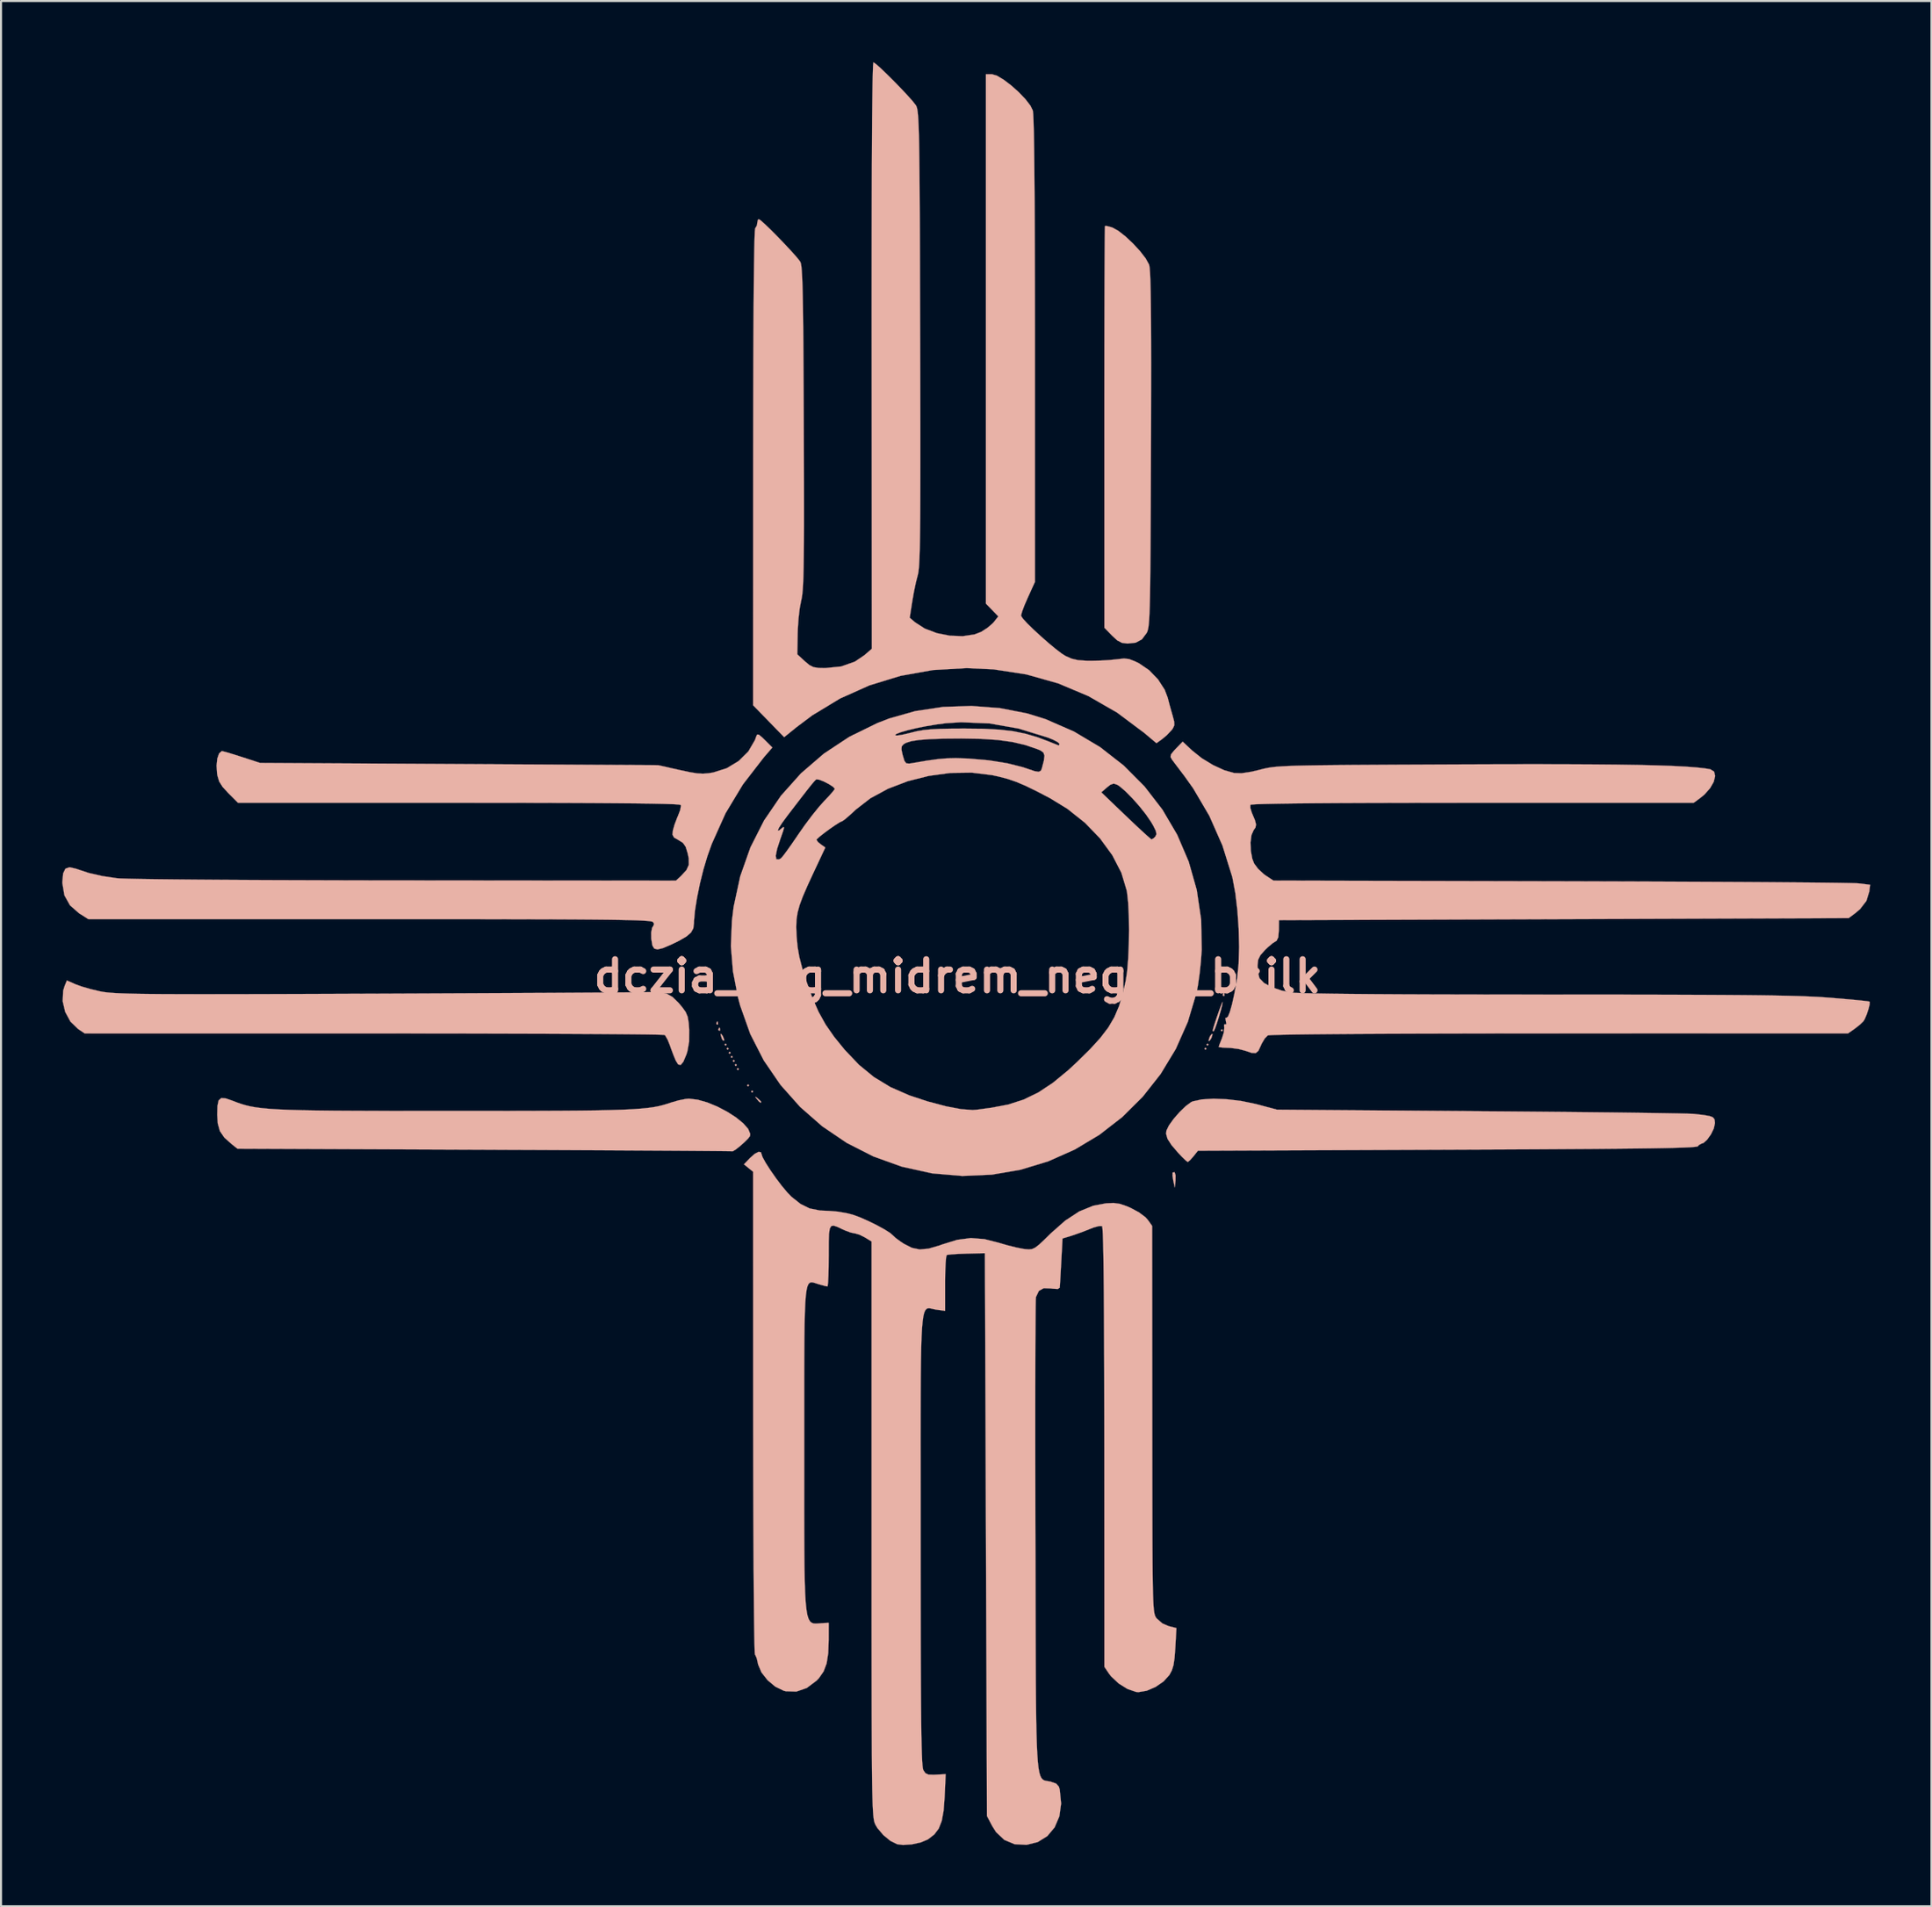
<source format=kicad_pcb>
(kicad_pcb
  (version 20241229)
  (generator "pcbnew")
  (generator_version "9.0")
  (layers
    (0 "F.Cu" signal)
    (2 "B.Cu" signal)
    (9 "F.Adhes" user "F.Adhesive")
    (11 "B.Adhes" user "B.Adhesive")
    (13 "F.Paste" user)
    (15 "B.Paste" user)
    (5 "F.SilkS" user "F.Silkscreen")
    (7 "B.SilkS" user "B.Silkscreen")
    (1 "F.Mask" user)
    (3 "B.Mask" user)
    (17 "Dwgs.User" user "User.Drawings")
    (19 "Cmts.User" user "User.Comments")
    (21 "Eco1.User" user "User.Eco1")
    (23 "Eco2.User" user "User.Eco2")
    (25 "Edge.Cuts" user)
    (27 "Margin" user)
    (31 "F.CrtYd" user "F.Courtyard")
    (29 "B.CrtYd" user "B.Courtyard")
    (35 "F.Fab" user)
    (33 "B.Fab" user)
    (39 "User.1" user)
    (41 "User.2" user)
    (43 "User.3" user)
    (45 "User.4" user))
  (footprint "dczia_png_midrem_neg94_bsilk"
    (layer "F.Cu")
    (at 43.834 44.789)
    (property "Reference" "dczia_png_midrem_neg94_bsilk" (at 0 0 0) (layer "B.SilkS") (effects (font (size 1.524 1.524) (thickness 0.3))))
    (attr through_hole)
    (fp_poly (pts (xy -11.3 3.35) (xy -11.35 3.4) (xy -11.4 3.35) (xy -11.35 3.3) (xy -11.3 3.35)) (stroke (width 0.01) (type solid)) (fill yes) (layer "B.SilkS"))
    (fp_poly (pts (xy -11.2 3.55) (xy -11.25 3.6) (xy -11.3 3.55) (xy -11.25 3.5) (xy -11.2 3.55)) (stroke (width 0.01) (type solid)) (fill yes) (layer "B.SilkS"))
    (fp_poly (pts (xy -11.1 3.75) (xy -11.15 3.8) (xy -11.2 3.75) (xy -11.15 3.7) (xy -11.1 3.75)) (stroke (width 0.01) (type solid)) (fill yes) (layer "B.SilkS"))
    (fp_poly (pts (xy -11 3.95) (xy -11.05 4) (xy -11.1 3.95) (xy -11.05 3.9) (xy -11 3.95)) (stroke (width 0.01) (type solid)) (fill yes) (layer "B.SilkS"))
    (fp_poly (pts (xy -10.9 4.15) (xy -10.95 4.2) (xy -11 4.15) (xy -10.95 4.1) (xy -10.9 4.15)) (stroke (width 0.01) (type solid)) (fill yes) (layer "B.SilkS"))
    (fp_poly (pts (xy -10.8 4.35) (xy -10.85 4.4) (xy -10.9 4.35) (xy -10.85 4.3) (xy -10.8 4.35)) (stroke (width 0.01) (type solid)) (fill yes) (layer "B.SilkS"))
    (fp_poly (pts (xy -10.7 4.55) (xy -10.75 4.6) (xy -10.8 4.55) (xy -10.75 4.5) (xy -10.7 4.55)) (stroke (width 0.01) (type solid)) (fill yes) (layer "B.SilkS"))
    (fp_poly (pts (xy -10.2 5.35) (xy -10.25 5.4) (xy -10.3 5.35) (xy -10.25 5.3) (xy -10.2 5.35)) (stroke (width 0.01) (type solid)) (fill yes) (layer "B.SilkS"))
    (fp_poly (pts (xy -10 5.65) (xy -10.05 5.7) (xy -10.1 5.65) (xy -10.05 5.6) (xy -10 5.65)) (stroke (width 0.01) (type solid)) (fill yes) (layer "B.SilkS"))
    (fp_poly (pts (xy 12.2 3.55) (xy 12.15 3.6) (xy 12.1 3.55) (xy 12.15 3.5) (xy 12.2 3.55)) (stroke (width 0.01) (type solid)) (fill yes) (layer "B.SilkS"))
    (fp_poly (pts (xy 12.3 3.35) (xy 12.25 3.4) (xy 12.2 3.35) (xy 12.25 3.3) (xy 12.3 3.35)) (stroke (width 0.01) (type solid)) (fill yes) (layer "B.SilkS"))
    (fp_poly (pts (xy 13 2.65) (xy 12.95 2.7) (xy 12.9 2.65) (xy 12.95 2.6) (xy 13 2.65)) (stroke (width 0.01) (type solid)) (fill yes) (layer "B.SilkS"))
    (fp_poly (pts (xy -11.733 2.233) (xy -11.721 2.352) (xy -11.733 2.367) (xy -11.793 2.353) (xy -11.8 2.3) (xy -11.763 2.218) (xy -11.733 2.233)) (stroke (width 0.01) (type solid)) (fill yes) (layer "B.SilkS"))
    (fp_poly (pts (xy -11.633 2.533) (xy -11.621 2.652) (xy -11.633 2.667) (xy -11.693 2.653) (xy -11.7 2.6) (xy -11.663 2.518) (xy -11.633 2.533)) (stroke (width 0.01) (type solid)) (fill yes) (layer "B.SilkS"))
    (fp_poly (pts (xy 13.067 0.833) (xy 13.079 0.952) (xy 13.067 0.967) (xy 13.007 0.953) (xy 13 0.9) (xy 13.037 0.818) (xy 13.067 0.833)) (stroke (width 0.01) (type solid)) (fill yes) (layer "B.SilkS"))
    (fp_poly (pts (xy -11.488 2.933) (xy -11.422 3.098) (xy -11.428 3.162) (xy -11.497 3.126) (xy -11.538 3.046) (xy -11.594 2.856) (xy -11.571 2.818) (xy -11.488 2.933)) (stroke (width 0.01) (type solid)) (fill yes) (layer "B.SilkS"))
    (fp_poly (pts (xy -9.847 5.931) (xy -9.775 5.987) (xy -9.62 6.133) (xy -9.62 6.198) (xy -9.638 6.2) (xy -9.721 6.132) (xy -9.813 6.025) (xy -9.899 5.907) (xy -9.847 5.931)) (stroke (width 0.01) (type solid)) (fill yes) (layer "B.SilkS"))
    (fp_poly (pts (xy 10.686 9.755) (xy 10.682 10.015) (xy 10.65 10.35) (xy 10.574 10.009) (xy 10.537 9.768) (xy 10.544 9.625) (xy 10.549 9.617) (xy 10.639 9.604) (xy 10.686 9.755)) (stroke (width 0.01) (type solid)) (fill yes) (layer "B.SilkS"))
    (fp_poly (pts (xy 12.497 2.85) (xy 12.447 3.014) (xy 12.4 3.1) (xy 12.321 3.18) (xy 12.303 3.15) (xy 12.353 2.986) (xy 12.4 2.9) (xy 12.479 2.82) (xy 12.497 2.85)) (stroke (width 0.01) (type solid)) (fill yes) (layer "B.SilkS"))
    (fp_poly (pts (xy 12.969 1.413) (xy 12.903 1.674) (xy 12.81 1.99) (xy 12.71 2.303) (xy 12.62 2.556) (xy 12.557 2.691) (xy 12.546 2.7) (xy 12.502 2.675) (xy 12.534 2.544) (xy 12.608 2.304) (xy 12.708 2.006) (xy 12.814 1.702) (xy 12.908 1.445) (xy 12.973 1.287) (xy 12.992 1.264) (xy 12.969 1.413)) (stroke (width 0.01) (type solid)) (fill yes) (layer "B.SilkS"))
    (fp_poly (pts (xy 7.34 -36.76) (xy 7.557 -36.7) (xy 7.592 -36.688) (xy 7.881 -36.529) (xy 8.233 -36.253) (xy 8.604 -35.905) (xy 8.949 -35.529) (xy 9.224 -35.172) (xy 9.385 -34.878) (xy 9.395 -34.847) (xy 9.417 -34.712) (xy 9.436 -34.463) (xy 9.452 -34.09) (xy 9.465 -33.585) (xy 9.475 -32.939) (xy 9.482 -32.145) (xy 9.487 -31.192) (xy 9.489 -30.073) (xy 9.488 -28.78) (xy 9.485 -27.302) (xy 9.481 -25.8) (xy 9.475 -24.28) (xy 9.47 -22.947) (xy 9.464 -21.788) (xy 9.458 -20.791) (xy 9.45 -19.942) (xy 9.442 -19.23) (xy 9.433 -18.641) (xy 9.422 -18.162) (xy 9.408 -17.78) (xy 9.393 -17.483) (xy 9.375 -17.259) (xy 9.354 -17.093) (xy 9.329 -16.973) (xy 9.302 -16.887) (xy 9.274 -16.828) (xy 9.038 -16.51) (xy 8.734 -16.346) (xy 8.332 -16.303) (xy 8.06 -16.338) (xy 7.827 -16.461) (xy 7.576 -16.692) (xy 7.202 -17.078) (xy 7.199 -26.904) (xy 7.199 -28.288) (xy 7.2 -29.615) (xy 7.201 -30.871) (xy 7.203 -32.042) (xy 7.205 -33.115) (xy 7.208 -34.077) (xy 7.212 -34.914) (xy 7.216 -35.612) (xy 7.22 -36.157) (xy 7.225 -36.537) (xy 7.229 -36.737) (xy 7.232 -36.765) (xy 7.34 -36.76)) (stroke (width 0.01) (type solid)) (fill yes) (layer "B.SilkS"))
    (fp_poly (pts (xy 13.212 6.029) (xy 13.911 6.114) (xy 14.591 6.255) (xy 14.65 6.27) (xy 15.65 6.538) (xy 25.6 6.614) (xy 27.006 6.625) (xy 28.364 6.637) (xy 29.659 6.649) (xy 30.877 6.662) (xy 32.003 6.674) (xy 33.024 6.687) (xy 33.924 6.7) (xy 34.69 6.712) (xy 35.306 6.723) (xy 35.758 6.734) (xy 36.033 6.743) (xy 36.1 6.748) (xy 36.554 6.801) (xy 36.844 6.852) (xy 37.008 6.918) (xy 37.081 7.017) (xy 37.1 7.163) (xy 37.1 7.209) (xy 37.044 7.461) (xy 36.905 7.747) (xy 36.722 8.005) (xy 36.538 8.17) (xy 36.446 8.2) (xy 36.299 8.28) (xy 36.275 8.325) (xy 36.231 8.344) (xy 36.106 8.362) (xy 35.891 8.379) (xy 35.579 8.394) (xy 35.159 8.407) (xy 34.623 8.42) (xy 33.963 8.432) (xy 33.169 8.442) (xy 32.233 8.452) (xy 31.146 8.462) (xy 29.899 8.47) (xy 28.483 8.479) (xy 26.89 8.487) (xy 25.111 8.495) (xy 24.007 8.5) (xy 11.781 8.55) (xy 11.562 8.825) (xy 11.401 9.008) (xy 11.292 9.098) (xy 11.284 9.1) (xy 11.19 9.032) (xy 11.007 8.857) (xy 10.824 8.664) (xy 10.488 8.272) (xy 10.293 7.968) (xy 10.223 7.721) (xy 10.239 7.566) (xy 10.362 7.311) (xy 10.593 6.989) (xy 10.883 6.656) (xy 11.185 6.364) (xy 11.448 6.169) (xy 11.525 6.133) (xy 11.968 6.036) (xy 12.547 6.002) (xy 13.212 6.029)) (stroke (width 0.01) (type solid)) (fill yes) (layer "B.SilkS"))
    (fp_poly (pts (xy -35.828 5.986) (xy -35.527 6.089) (xy -35.306 6.175) (xy -35.093 6.25) (xy -34.875 6.316) (xy -34.638 6.373) (xy -34.369 6.422) (xy -34.055 6.463) (xy -33.682 6.498) (xy -33.237 6.526) (xy -32.705 6.548) (xy -32.074 6.565) (xy -31.33 6.578) (xy -30.46 6.588) (xy -29.45 6.594) (xy -28.287 6.598) (xy -26.957 6.599) (xy -25.446 6.6) (xy -24.683 6.6) (xy -23.086 6.6) (xy -21.675 6.598) (xy -20.438 6.595) (xy -19.36 6.59) (xy -18.428 6.583) (xy -17.63 6.572) (xy -16.95 6.557) (xy -16.377 6.539) (xy -15.896 6.516) (xy -15.494 6.487) (xy -15.157 6.453) (xy -14.873 6.413) (xy -14.628 6.366) (xy -14.408 6.311) (xy -14.199 6.249) (xy -14.022 6.19) (xy -13.654 6.083) (xy -13.308 6.014) (xy -13.143 6) (xy -12.716 6.05) (xy -12.24 6.186) (xy -11.747 6.39) (xy -11.269 6.641) (xy -10.837 6.92) (xy -10.485 7.207) (xy -10.243 7.483) (xy -10.143 7.727) (xy -10.157 7.833) (xy -10.25 7.956) (xy -10.433 8.137) (xy -10.652 8.331) (xy -10.857 8.492) (xy -10.994 8.575) (xy -11.019 8.576) (xy -11.121 8.573) (xy -11.411 8.569) (xy -11.876 8.564) (xy -12.505 8.559) (xy -13.285 8.553) (xy -14.203 8.547) (xy -15.249 8.541) (xy -16.409 8.534) (xy -17.671 8.527) (xy -19.024 8.52) (xy -20.454 8.513) (xy -21.95 8.507) (xy -23.152 8.501) (xy -35.255 8.45) (xy -35.533 8.231) (xy -35.899 7.904) (xy -36.116 7.586) (xy -36.22 7.207) (xy -36.245 6.789) (xy -36.234 6.349) (xy -36.177 6.085) (xy -36.05 5.971) (xy -35.828 5.986)) (stroke (width 0.01) (type solid)) (fill yes) (layer "B.SilkS"))
    (fp_poly (pts (xy -43.179 0.397) (xy -42.867 0.509) (xy -42.444 0.631) (xy -41.995 0.737) (xy -41.95 0.746) (xy -41.817 0.77) (xy -41.66 0.791) (xy -41.468 0.809) (xy -41.23 0.826) (xy -40.936 0.839) (xy -40.575 0.851) (xy -40.135 0.861) (xy -39.606 0.868) (xy -38.978 0.874) (xy -38.24 0.877) (xy -37.38 0.879) (xy -36.388 0.879) (xy -35.253 0.878) (xy -33.965 0.875) (xy -32.512 0.87) (xy -30.884 0.864) (xy -29.069 0.857) (xy -28.5 0.855) (xy -26.91 0.848) (xy -25.366 0.841) (xy -23.881 0.834) (xy -22.467 0.827) (xy -21.137 0.82) (xy -19.905 0.814) (xy -18.782 0.807) (xy -17.783 0.801) (xy -16.919 0.795) (xy -16.204 0.79) (xy -15.651 0.785) (xy -15.272 0.78) (xy -15.082 0.777) (xy -14.601 0.78) (xy -14.245 0.849) (xy -13.951 1.014) (xy -13.653 1.305) (xy -13.466 1.528) (xy -13.304 1.755) (xy -13.208 1.984) (xy -13.157 2.287) (xy -13.134 2.622) (xy -13.137 3.205) (xy -13.222 3.683) (xy -13.273 3.843) (xy -13.421 4.192) (xy -13.551 4.349) (xy -13.674 4.319) (xy -13.792 4.128) (xy -13.904 3.857) (xy -14.032 3.514) (xy -14.071 3.4) (xy -14.184 3.118) (xy -14.296 2.92) (xy -14.337 2.877) (xy -14.448 2.869) (xy -14.749 2.86) (xy -15.226 2.852) (xy -15.87 2.845) (xy -16.667 2.838) (xy -17.608 2.831) (xy -18.681 2.825) (xy -19.874 2.819) (xy -21.176 2.815) (xy -22.576 2.811) (xy -24.062 2.807) (xy -25.622 2.805) (xy -27.246 2.804) (xy -28.592 2.803) (xy -42.735 2.802) (xy -43.069 2.576) (xy -43.436 2.218) (xy -43.691 1.747) (xy -43.814 1.222) (xy -43.789 0.704) (xy -43.719 0.479) (xy -43.608 0.208) (xy -43.179 0.397)) (stroke (width 0.01) (type solid)) (fill yes) (layer "B.SilkS"))
    (fp_poly (pts (xy -9.72 -11.837) (xy -9.565 -11.709) (xy -9.426 -11.573) (xy -9.061 -11.208) (xy -9.475 -10.729) (xy -10.505 -9.396) (xy -11.353 -7.987) (xy -12.027 -6.487) (xy -12.243 -5.878) (xy -12.434 -5.24) (xy -12.606 -4.547) (xy -12.748 -3.856) (xy -12.849 -3.224) (xy -12.897 -2.707) (xy -12.9 -2.589) (xy -12.931 -2.348) (xy -13.043 -2.144) (xy -13.266 -1.95) (xy -13.626 -1.74) (xy -14.016 -1.55) (xy -14.418 -1.38) (xy -14.683 -1.315) (xy -14.843 -1.356) (xy -14.93 -1.5) (xy -14.937 -1.525) (xy -14.989 -1.84) (xy -14.992 -2.149) (xy -14.947 -2.38) (xy -14.895 -2.453) (xy -14.85 -2.566) (xy -14.907 -2.659) (xy -14.947 -2.679) (xy -15.036 -2.697) (xy -15.184 -2.714) (xy -15.401 -2.728) (xy -15.696 -2.741) (xy -16.078 -2.752) (xy -16.556 -2.762) (xy -17.141 -2.771) (xy -17.841 -2.778) (xy -18.665 -2.784) (xy -19.624 -2.789) (xy -20.726 -2.792) (xy -21.981 -2.795) (xy -23.398 -2.798) (xy -24.987 -2.799) (xy -26.757 -2.8) (xy -28.717 -2.8) (xy -42.561 -2.8) (xy -43.013 -3.087) (xy -43.456 -3.475) (xy -43.729 -3.966) (xy -43.829 -4.557) (xy -43.829 -4.635) (xy -43.791 -5.041) (xy -43.679 -5.271) (xy -43.474 -5.341) (xy -43.16 -5.268) (xy -43.141 -5.261) (xy -42.54 -5.061) (xy -41.883 -4.911) (xy -41.172 -4.803) (xy -40.972 -4.79) (xy -40.583 -4.778) (xy -40.015 -4.766) (xy -39.278 -4.755) (xy -38.382 -4.745) (xy -37.34 -4.735) (xy -36.159 -4.726) (xy -34.852 -4.718) (xy -33.429 -4.711) (xy -31.9 -4.706) (xy -30.275 -4.701) (xy -28.565 -4.697) (xy -27.102 -4.696) (xy -13.781 -4.683) (xy -13.531 -4.917) (xy -13.268 -5.201) (xy -13.15 -5.462) (xy -13.155 -5.779) (xy -13.204 -6.016) (xy -13.303 -6.34) (xy -13.437 -6.535) (xy -13.652 -6.671) (xy -13.656 -6.673) (xy -13.875 -6.799) (xy -13.949 -6.938) (xy -13.93 -7.141) (xy -13.849 -7.43) (xy -13.72 -7.772) (xy -13.677 -7.87) (xy -13.573 -8.142) (xy -13.537 -8.345) (xy -13.547 -8.395) (xy -13.644 -8.414) (xy -13.911 -8.431) (xy -14.351 -8.446) (xy -14.968 -8.459) (xy -15.764 -8.47) (xy -16.743 -8.479) (xy -17.907 -8.487) (xy -19.259 -8.493) (xy -20.803 -8.497) (xy -22.541 -8.499) (xy -24.42 -8.5) (xy -35.229 -8.5) (xy -35.705 -8.976) (xy -35.986 -9.284) (xy -36.15 -9.545) (xy -36.236 -9.834) (xy -36.253 -9.933) (xy -36.278 -10.323) (xy -36.242 -10.666) (xy -36.155 -10.917) (xy -36.029 -11.029) (xy -35.994 -11.029) (xy -35.838 -10.99) (xy -35.545 -10.903) (xy -35.168 -10.785) (xy -35 -10.731) (xy -34.15 -10.454) (xy -14.65 -10.341) (xy -13.606 -10.107) (xy -13.109 -10) (xy -12.746 -9.941) (xy -12.456 -9.925) (xy -12.179 -9.947) (xy -11.956 -9.984) (xy -11.292 -10.194) (xy -10.707 -10.549) (xy -10.234 -11.018) (xy -9.911 -11.573) (xy -9.851 -11.744) (xy -9.802 -11.844) (xy -9.72 -11.837)) (stroke (width 0.01) (type solid)) (fill yes) (layer "B.SilkS"))
    (fp_poly (pts (xy -3.976 -44.691) (xy -3.742 -44.483) (xy -3.44 -44.193) (xy -3.101 -43.856) (xy -2.759 -43.503) (xy -2.446 -43.169) (xy -2.195 -42.887) (xy -2.039 -42.69) (xy -2.016 -42.653) (xy -1.99 -42.593) (xy -1.967 -42.506) (xy -1.946 -42.38) (xy -1.928 -42.206) (xy -1.912 -41.971) (xy -1.897 -41.664) (xy -1.885 -41.274) (xy -1.874 -40.791) (xy -1.865 -40.202) (xy -1.857 -39.498) (xy -1.85 -38.666) (xy -1.844 -37.696) (xy -1.838 -36.576) (xy -1.833 -35.295) (xy -1.829 -33.843) (xy -1.824 -32.208) (xy -1.821 -31.25) (xy -1.817 -29.492) (xy -1.814 -27.923) (xy -1.812 -26.533) (xy -1.812 -25.308) (xy -1.813 -24.24) (xy -1.815 -23.317) (xy -1.819 -22.527) (xy -1.826 -21.86) (xy -1.834 -21.304) (xy -1.844 -20.849) (xy -1.856 -20.483) (xy -1.871 -20.196) (xy -1.888 -19.976) (xy -1.907 -19.813) (xy -1.929 -19.695) (xy -1.941 -19.65) (xy -2.031 -19.296) (xy -2.127 -18.839) (xy -2.208 -18.377) (xy -2.211 -18.359) (xy -2.333 -17.568) (xy -2.071 -17.343) (xy -1.594 -17.036) (xy -1.007 -16.814) (xy -0.368 -16.687) (xy 0.266 -16.663) (xy 0.84 -16.749) (xy 1.166 -16.875) (xy 1.473 -17.072) (xy 1.735 -17.298) (xy 1.793 -17.364) (xy 2.006 -17.634) (xy 1.4 -18.26) (xy 1.4 -44.2) (xy 1.699 -44.2) (xy 1.944 -44.127) (xy 2.27 -43.932) (xy 2.637 -43.652) (xy 3.005 -43.323) (xy 3.332 -42.981) (xy 3.577 -42.663) (xy 3.695 -42.423) (xy 3.714 -42.253) (xy 3.731 -41.883) (xy 3.746 -41.315) (xy 3.759 -40.549) (xy 3.77 -39.585) (xy 3.78 -38.425) (xy 3.787 -37.069) (xy 3.793 -35.517) (xy 3.797 -33.771) (xy 3.799 -31.831) (xy 3.799 -30.687) (xy 3.8 -19.325) (xy 3.446 -18.547) (xy 3.287 -18.181) (xy 3.173 -17.878) (xy 3.121 -17.689) (xy 3.121 -17.658) (xy 3.215 -17.517) (xy 3.431 -17.283) (xy 3.733 -16.987) (xy 4.087 -16.661) (xy 4.457 -16.335) (xy 4.809 -16.043) (xy 5.107 -15.815) (xy 5.3 -15.692) (xy 5.596 -15.562) (xy 5.907 -15.49) (xy 6.308 -15.461) (xy 6.55 -15.458) (xy 7.013 -15.468) (xy 7.474 -15.496) (xy 7.836 -15.534) (xy 7.85 -15.536) (xy 8.161 -15.57) (xy 8.413 -15.542) (xy 8.694 -15.434) (xy 8.9 -15.333) (xy 9.393 -14.996) (xy 9.827 -14.546) (xy 10.153 -14.04) (xy 10.301 -13.65) (xy 10.394 -13.295) (xy 10.506 -12.895) (xy 10.54 -12.776) (xy 10.618 -12.481) (xy 10.624 -12.297) (xy 10.553 -12.144) (xy 10.486 -12.055) (xy 10.255 -11.81) (xy 10.02 -11.615) (xy 9.75 -11.422) (xy 9.15 -11.927) (xy 7.825 -12.919) (xy 6.418 -13.728) (xy 4.937 -14.352) (xy 3.387 -14.79) (xy 1.775 -15.039) (xy 0.45 -15.1) (xy -1.192 -15.005) (xy -2.78 -14.722) (xy -4.301 -14.256) (xy -5.746 -13.609) (xy -7.104 -12.786) (xy -7.866 -12.214) (xy -8.481 -11.716) (xy -10.002 -13.279) (xy -9.999 -24.935) (xy -9.997 -26.858) (xy -9.994 -28.621) (xy -9.99 -30.22) (xy -9.984 -31.652) (xy -9.976 -32.912) (xy -9.967 -33.996) (xy -9.956 -34.901) (xy -9.944 -35.622) (xy -9.931 -36.156) (xy -9.917 -36.499) (xy -9.901 -36.646) (xy -9.898 -36.652) (xy -9.816 -36.791) (xy -9.8 -36.906) (xy -9.768 -37.065) (xy -9.725 -37.1) (xy -9.622 -37.031) (xy -9.415 -36.845) (xy -9.136 -36.576) (xy -8.816 -36.254) (xy -8.485 -35.911) (xy -8.175 -35.579) (xy -7.916 -35.291) (xy -7.74 -35.077) (xy -7.687 -35) (xy -7.661 -34.922) (xy -7.638 -34.78) (xy -7.618 -34.562) (xy -7.601 -34.256) (xy -7.585 -33.85) (xy -7.572 -33.332) (xy -7.561 -32.689) (xy -7.551 -31.909) (xy -7.543 -30.98) (xy -7.536 -29.89) (xy -7.529 -28.627) (xy -7.523 -27.178) (xy -7.522 -26.876) (xy -7.517 -25.408) (xy -7.514 -24.127) (xy -7.513 -23.019) (xy -7.513 -22.069) (xy -7.516 -21.265) (xy -7.522 -20.592) (xy -7.53 -20.038) (xy -7.541 -19.587) (xy -7.555 -19.227) (xy -7.572 -18.944) (xy -7.593 -18.724) (xy -7.617 -18.553) (xy -7.645 -18.419) (xy -7.649 -18.404) (xy -7.72 -18.032) (xy -7.778 -17.543) (xy -7.814 -17.018) (xy -7.821 -16.79) (xy -7.839 -15.775) (xy -7.471 -15.437) (xy -7.247 -15.249) (xy -7.046 -15.148) (xy -6.791 -15.107) (xy -6.469 -15.1) (xy -5.687 -15.18) (xy -5.016 -15.418) (xy -4.553 -15.731) (xy -4.186 -16.05) (xy -4.196 -30.434) (xy -4.197 -32.621) (xy -4.196 -34.636) (xy -4.194 -36.477) (xy -4.191 -38.14) (xy -4.186 -39.624) (xy -4.179 -40.925) (xy -4.172 -42.043) (xy -4.162 -42.973) (xy -4.152 -43.714) (xy -4.14 -44.263) (xy -4.127 -44.618) (xy -4.113 -44.776) (xy -4.108 -44.784) (xy -3.976 -44.691)) (stroke (width 0.01) (type solid)) (fill yes) (layer "B.SilkS"))
    (fp_poly (pts (xy 11.505 -11.055) (xy 11.974 -10.681) (xy 12.521 -10.349) (xy 13.074 -10.094) (xy 13.55 -9.958) (xy 13.917 -9.947) (xy 14.409 -10.022) (xy 14.8 -10.116) (xy 14.95 -10.155) (xy 15.096 -10.189) (xy 15.251 -10.219) (xy 15.429 -10.245) (xy 15.642 -10.267) (xy 15.906 -10.286) (xy 16.232 -10.302) (xy 16.635 -10.316) (xy 17.128 -10.327) (xy 17.725 -10.337) (xy 18.439 -10.345) (xy 19.284 -10.353) (xy 20.273 -10.359) (xy 21.419 -10.366) (xy 22.737 -10.372) (xy 24.24 -10.379) (xy 24.45 -10.38) (xy 26.381 -10.387) (xy 28.121 -10.39) (xy 29.678 -10.388) (xy 31.061 -10.381) (xy 32.279 -10.37) (xy 33.34 -10.353) (xy 34.253 -10.331) (xy 35.027 -10.304) (xy 35.669 -10.271) (xy 36.19 -10.232) (xy 36.597 -10.188) (xy 36.875 -10.142) (xy 37.06 -10.027) (xy 37.111 -9.811) (xy 37.041 -9.528) (xy 36.861 -9.213) (xy 36.585 -8.903) (xy 36.397 -8.748) (xy 36.061 -8.5) (xy 25.236 -8.5) (xy 23.342 -8.499) (xy 21.62 -8.496) (xy 20.073 -8.492) (xy 18.705 -8.486) (xy 17.518 -8.478) (xy 16.515 -8.468) (xy 15.699 -8.456) (xy 15.072 -8.443) (xy 14.638 -8.429) (xy 14.4 -8.412) (xy 14.351 -8.401) (xy 14.347 -8.252) (xy 14.419 -8.015) (xy 14.436 -7.976) (xy 14.575 -7.645) (xy 14.628 -7.434) (xy 14.599 -7.286) (xy 14.512 -7.164) (xy 14.404 -6.921) (xy 14.357 -6.559) (xy 14.371 -6.146) (xy 14.444 -5.755) (xy 14.534 -5.525) (xy 14.729 -5.262) (xy 15.006 -5.005) (xy 15.092 -4.943) (xy 15.479 -4.687) (xy 29.515 -4.654) (xy 31.184 -4.649) (xy 32.806 -4.644) (xy 34.367 -4.638) (xy 35.855 -4.631) (xy 37.259 -4.624) (xy 38.567 -4.617) (xy 39.767 -4.609) (xy 40.847 -4.6) (xy 41.795 -4.592) (xy 42.599 -4.583) (xy 43.247 -4.574) (xy 43.727 -4.565) (xy 44.028 -4.557) (xy 44.125 -4.551) (xy 44.7 -4.482) (xy 44.659 -4.151) (xy 44.518 -3.692) (xy 44.205 -3.287) (xy 43.977 -3.095) (xy 43.65 -2.85) (xy 15.75 -2.75) (xy 15.745 -2.257) (xy 15.716 -1.909) (xy 15.632 -1.737) (xy 15.595 -1.716) (xy 15.445 -1.622) (xy 15.219 -1.433) (xy 15.075 -1.296) (xy 14.842 -1.035) (xy 14.73 -0.807) (xy 14.7 -0.527) (xy 14.7 -0.505) (xy 14.724 -0.191) (xy 14.785 0.064) (xy 14.803 0.106) (xy 15.016 0.328) (xy 15.386 0.532) (xy 15.872 0.7) (xy 16.313 0.795) (xy 16.525 0.813) (xy 16.934 0.829) (xy 17.537 0.843) (xy 18.33 0.856) (xy 19.311 0.867) (xy 20.476 0.877) (xy 21.821 0.885) (xy 23.345 0.891) (xy 25.043 0.895) (xy 26.913 0.898) (xy 28.901 0.899) (xy 30.784 0.9) (xy 32.478 0.901) (xy 33.996 0.903) (xy 35.35 0.907) (xy 36.551 0.912) (xy 37.611 0.918) (xy 38.542 0.925) (xy 39.356 0.934) (xy 40.065 0.945) (xy 40.68 0.958) (xy 41.214 0.973) (xy 41.678 0.99) (xy 42.083 1.009) (xy 42.443 1.031) (xy 42.746 1.054) (xy 43.339 1.103) (xy 43.86 1.15) (xy 44.277 1.191) (xy 44.56 1.223) (xy 44.676 1.243) (xy 44.677 1.244) (xy 44.68 1.362) (xy 44.625 1.592) (xy 44.537 1.861) (xy 44.437 2.097) (xy 44.373 2.204) (xy 44.21 2.363) (xy 43.972 2.552) (xy 43.934 2.579) (xy 43.619 2.8) (xy 29.499 2.802) (xy 27.493 2.803) (xy 25.616 2.805) (xy 23.874 2.809) (xy 22.272 2.813) (xy 20.817 2.819) (xy 19.516 2.826) (xy 18.373 2.835) (xy 17.396 2.844) (xy 16.59 2.854) (xy 15.962 2.865) (xy 15.518 2.877) (xy 15.263 2.89) (xy 15.202 2.899) (xy 15.055 3.048) (xy 14.904 3.304) (xy 14.863 3.397) (xy 14.743 3.652) (xy 14.61 3.765) (xy 14.407 3.755) (xy 14.1 3.65) (xy 13.774 3.564) (xy 13.388 3.513) (xy 13.275 3.508) (xy 12.998 3.496) (xy 12.827 3.475) (xy 12.8 3.462) (xy 12.835 3.355) (xy 12.922 3.133) (xy 12.958 3.047) (xy 13.048 2.761) (xy 13.073 2.524) (xy 13.067 2.485) (xy 13.067 2.359) (xy 13.12 2.362) (xy 13.177 2.342) (xy 13.15 2.2) (xy 13.126 2.044) (xy 13.177 2.036) (xy 13.252 1.98) (xy 13.346 1.751) (xy 13.452 1.374) (xy 13.563 0.875) (xy 13.672 0.278) (xy 13.705 0.078) (xy 13.775 -0.613) (xy 13.799 -1.435) (xy 13.777 -2.327) (xy 13.715 -3.226) (xy 13.615 -4.07) (xy 13.479 -4.797) (xy 13.458 -4.886) (xy 12.981 -6.411) (xy 12.34 -7.863) (xy 11.549 -9.209) (xy 11.135 -9.791) (xy 10.886 -10.12) (xy 10.669 -10.407) (xy 10.525 -10.599) (xy 10.51 -10.62) (xy 10.44 -10.75) (xy 10.467 -10.878) (xy 10.615 -11.06) (xy 10.702 -11.152) (xy 11.034 -11.495) (xy 11.505 -11.055)) (stroke (width 0.01) (type solid)) (fill yes) (layer "B.SilkS"))
    (fp_poly (pts (xy 2.083 -13.139) (xy 3.425 -12.877) (xy 4.319 -12.599) (xy 5.713 -11.99) (xy 6.991 -11.228) (xy 8.144 -10.328) (xy 9.164 -9.303) (xy 10.042 -8.166) (xy 10.767 -6.931) (xy 11.331 -5.612) (xy 11.725 -4.221) (xy 11.939 -2.773) (xy 11.966 -1.3) (xy 11.925 -0.714) (xy 11.86 -0.1) (xy 11.78 0.459) (xy 11.713 0.806) (xy 11.289 2.229) (xy 10.699 3.56) (xy 9.956 4.789) (xy 9.075 5.907) (xy 8.07 6.904) (xy 6.956 7.769) (xy 5.746 8.493) (xy 4.456 9.067) (xy 3.099 9.48) (xy 1.69 9.723) (xy 0.244 9.786) (xy -1.226 9.66) (xy -1.26 9.654) (xy -2.724 9.33) (xy -4.113 8.83) (xy -5.416 8.167) (xy -6.617 7.353) (xy -7.703 6.4) (xy -8.661 5.321) (xy -9.478 4.127) (xy -10.14 2.831) (xy -10.633 1.445) (xy -10.738 1.05) (xy -10.989 -0.242) (xy -11.089 -1.476) (xy -11.052 -2.411) (xy -7.891 -2.411) (xy -7.875 -1.996) (xy -7.873 -1.954) (xy -7.826 -1.441) (xy -7.741 -0.951) (xy -7.602 -0.414) (xy -7.404 0.211) (xy -7.103 1.049) (xy -6.796 1.748) (xy -6.451 2.368) (xy -6.034 2.969) (xy -5.516 3.606) (xy -4.817 4.341) (xy -4.086 4.94) (xy -3.28 5.43) (xy -2.357 5.836) (xy -1.45 6.136) (xy -0.554 6.373) (xy 0.18 6.513) (xy 0.747 6.555) (xy 0.95 6.541) (xy 1.166 6.512) (xy 1.484 6.468) (xy 1.65 6.446) (xy 2.487 6.288) (xy 3.246 6.044) (xy 3.965 5.695) (xy 4.682 5.22) (xy 5.434 4.6) (xy 5.862 4.203) (xy 6.501 3.573) (xy 7.003 3.022) (xy 7.391 2.514) (xy 7.688 2.008) (xy 7.918 1.466) (xy 8.103 0.849) (xy 8.247 0.222) (xy 8.316 -0.245) (xy 8.367 -0.854) (xy 8.397 -1.55) (xy 8.407 -2.277) (xy 8.397 -2.983) (xy 8.365 -3.612) (xy 8.311 -4.11) (xy 8.294 -4.204) (xy 8.032 -5.073) (xy 7.589 -5.932) (xy 6.988 -6.756) (xy 6.247 -7.523) (xy 5.386 -8.207) (xy 4.55 -8.719) (xy 3.989 -9.013) (xy 7.05 -9.013) (xy 8.25 -7.861) (xy 8.653 -7.478) (xy 9.006 -7.148) (xy 9.283 -6.895) (xy 9.461 -6.741) (xy 9.513 -6.705) (xy 9.621 -6.768) (xy 9.7 -6.85) (xy 9.751 -6.964) (xy 9.72 -7.125) (xy 9.594 -7.38) (xy 9.487 -7.562) (xy 9.241 -7.923) (xy 8.924 -8.323) (xy 8.575 -8.718) (xy 8.236 -9.061) (xy 7.948 -9.308) (xy 7.831 -9.384) (xy 7.657 -9.442) (xy 7.492 -9.383) (xy 7.331 -9.257) (xy 7.05 -9.013) (xy 3.989 -9.013) (xy 3.889 -9.065) (xy 3.354 -9.327) (xy 2.897 -9.521) (xy 2.473 -9.667) (xy 2.036 -9.783) (xy 1.705 -9.855) (xy 0.708 -9.977) (xy -0.34 -9.962) (xy -1.399 -9.819) (xy -2.431 -9.558) (xy -3.396 -9.189) (xy -4.256 -8.723) (xy -4.972 -8.168) (xy -4.989 -8.153) (xy -5.268 -7.895) (xy -5.493 -7.701) (xy -5.625 -7.605) (xy -5.639 -7.6) (xy -5.759 -7.545) (xy -5.981 -7.405) (xy -6.254 -7.216) (xy -6.529 -7.013) (xy -6.756 -6.833) (xy -6.886 -6.711) (xy -6.9 -6.686) (xy -6.827 -6.579) (xy -6.683 -6.46) (xy -6.467 -6.308) (xy -7.03 -5.108) (xy -7.339 -4.439) (xy -7.568 -3.911) (xy -7.727 -3.482) (xy -7.827 -3.115) (xy -7.878 -2.772) (xy -7.891 -2.411) (xy -11.052 -2.411) (xy -11.04 -2.717) (xy -10.956 -3.4) (xy -10.632 -4.9) (xy -10.278 -5.903) (xy -8.895 -5.903) (xy -8.865 -5.731) (xy -8.735 -5.724) (xy -8.639 -5.777) (xy -8.543 -5.884) (xy -8.363 -6.124) (xy -8.122 -6.463) (xy -7.844 -6.868) (xy -7.799 -6.936) (xy -7.467 -7.41) (xy -7.114 -7.881) (xy -6.783 -8.292) (xy -6.535 -8.57) (xy -6.28 -8.839) (xy -6.092 -9.054) (xy -6.003 -9.175) (xy -6.001 -9.184) (xy -6.084 -9.282) (xy -6.285 -9.413) (xy -6.535 -9.542) (xy -6.764 -9.632) (xy -6.901 -9.649) (xy -6.905 -9.647) (xy -6.955 -9.607) (xy -7.032 -9.524) (xy -7.154 -9.379) (xy -7.335 -9.151) (xy -7.592 -8.821) (xy -7.94 -8.368) (xy -8.323 -7.869) (xy -8.582 -7.516) (xy -8.741 -7.268) (xy -8.795 -7.137) (xy -8.737 -7.139) (xy -8.61 -7.241) (xy -8.518 -7.313) (xy -8.488 -7.289) (xy -8.524 -7.141) (xy -8.628 -6.841) (xy -8.66 -6.752) (xy -8.827 -6.242) (xy -8.895 -5.903) (xy -10.278 -5.903) (xy -10.132 -6.315) (xy -9.465 -7.633) (xy -8.638 -8.845) (xy -7.662 -9.938) (xy -6.544 -10.903) (xy -6.232 -11.11) (xy -2.738 -11.11) (xy -2.678 -10.836) (xy -2.672 -10.816) (xy -2.591 -10.55) (xy -2.503 -10.434) (xy -2.351 -10.421) (xy -2.202 -10.445) (xy -1.53 -10.56) (xy -0.993 -10.636) (xy -0.531 -10.677) (xy -0.083 -10.688) (xy 0.41 -10.674) (xy 0.55 -10.667) (xy 1.54 -10.581) (xy 2.446 -10.436) (xy 3.221 -10.24) (xy 3.45 -10.162) (xy 3.787 -10.048) (xy 3.986 -10.018) (xy 4.091 -10.072) (xy 4.136 -10.175) (xy 4.237 -10.565) (xy 4.267 -10.811) (xy 4.214 -10.963) (xy 4.068 -11.066) (xy 3.93 -11.125) (xy 3.335 -11.33) (xy 2.7 -11.479) (xy 1.985 -11.579) (xy 1.151 -11.634) (xy 0.2 -11.65) (xy -0.663 -11.643) (xy -1.346 -11.62) (xy -1.869 -11.58) (xy -2.251 -11.521) (xy -2.512 -11.44) (xy -2.632 -11.371) (xy -2.724 -11.266) (xy -2.738 -11.11) (xy -6.232 -11.11) (xy -5.295 -11.729) (xy -5.138 -11.806) (xy -3.054 -11.806) (xy -2.943 -11.796) (xy -2.691 -11.835) (xy -2.349 -11.915) (xy -2.279 -11.933) (xy -1.977 -12.008) (xy -1.664 -12.062) (xy -1.303 -12.099) (xy -0.854 -12.122) (xy -0.278 -12.134) (xy 0.35 -12.137) (xy 1.285 -12.127) (xy 2.065 -12.085) (xy 2.736 -12.007) (xy 3.341 -11.884) (xy 3.925 -11.711) (xy 4.452 -11.513) (xy 4.733 -11.4) (xy 4.925 -11.324) (xy 4.975 -11.305) (xy 5 -11.376) (xy 5 -11.393) (xy 4.914 -11.474) (xy 4.691 -11.592) (xy 4.439 -11.695) (xy 3.008 -12.136) (xy 1.584 -12.388) (xy 0.183 -12.447) (xy -0.555 -12.4) (xy -1.031 -12.338) (xy -1.528 -12.255) (xy -2.01 -12.157) (xy -2.441 -12.055) (xy -2.782 -11.956) (xy -2.998 -11.869) (xy -3.054 -11.806) (xy -5.138 -11.806) (xy -3.922 -12.404) (xy -3.331 -12.633) (xy -2.058 -12.993) (xy -0.702 -13.197) (xy 0.693 -13.245) (xy 2.083 -13.139)) (stroke (width 0.01) (type solid)) (fill yes) (layer "B.SilkS"))
    (fp_poly (pts (xy -9.614 8.629) (xy -9.6 8.688) (xy -9.541 8.865) (xy -9.381 9.153) (xy -9.151 9.512) (xy -8.879 9.901) (xy -8.594 10.277) (xy -8.323 10.601) (xy -8.125 10.806) (xy -7.677 11.161) (xy -7.237 11.377) (xy -6.732 11.48) (xy -6.284 11.499) (xy -5.858 11.533) (xy -5.381 11.618) (xy -5.116 11.687) (xy -4.764 11.816) (xy -4.358 11.995) (xy -3.945 12.199) (xy -3.573 12.403) (xy -3.29 12.581) (xy -3.144 12.71) (xy -3.142 12.712) (xy -3.025 12.823) (xy -2.796 12.992) (xy -2.618 13.11) (xy -2.23 13.308) (xy -1.845 13.388) (xy -1.412 13.349) (xy -0.879 13.194) (xy -0.746 13.145) (xy -0.008 12.917) (xy 0.659 12.83) (xy 1.325 12.882) (xy 2 13.052) (xy 2.449 13.183) (xy 2.885 13.292) (xy 3.232 13.36) (xy 3.3 13.369) (xy 3.498 13.385) (xy 3.654 13.37) (xy 3.808 13.301) (xy 3.997 13.157) (xy 4.257 12.913) (xy 4.571 12.605) (xy 5.283 11.975) (xy 5.969 11.526) (xy 6.654 11.246) (xy 7.285 11.128) (xy 7.654 11.112) (xy 7.962 11.155) (xy 8.305 11.273) (xy 8.489 11.353) (xy 8.893 11.57) (xy 9.208 11.806) (xy 9.323 11.933) (xy 9.538 12.234) (xy 9.544 21.71) (xy 9.545 23.298) (xy 9.546 24.698) (xy 9.548 25.923) (xy 9.55 26.984) (xy 9.553 27.894) (xy 9.558 28.666) (xy 9.564 29.31) (xy 9.572 29.841) (xy 9.582 30.268) (xy 9.594 30.606) (xy 9.608 30.866) (xy 9.626 31.061) (xy 9.647 31.202) (xy 9.671 31.302) (xy 9.698 31.372) (xy 9.73 31.427) (xy 9.76 31.467) (xy 10.038 31.712) (xy 10.348 31.846) (xy 10.727 31.942) (xy 10.674 32.907) (xy 10.637 33.403) (xy 10.585 33.754) (xy 10.505 34.013) (xy 10.386 34.236) (xy 10.385 34.238) (xy 10.098 34.557) (xy 9.706 34.826) (xy 9.275 35.011) (xy 8.873 35.08) (xy 8.758 35.071) (xy 8.333 34.926) (xy 7.898 34.654) (xy 7.529 34.307) (xy 7.425 34.171) (xy 7.201 33.839) (xy 7.197 23.073) (xy 7.195 21.171) (xy 7.192 19.466) (xy 7.187 17.952) (xy 7.181 16.626) (xy 7.174 15.483) (xy 7.164 14.52) (xy 7.153 13.732) (xy 7.14 13.115) (xy 7.126 12.665) (xy 7.109 12.377) (xy 7.091 12.249) (xy 7.086 12.241) (xy 6.939 12.24) (xy 6.683 12.309) (xy 6.515 12.374) (xy 6.124 12.529) (xy 5.714 12.675) (xy 5.6 12.712) (xy 5.15 12.85) (xy 5.088 14) (xy 5.062 14.466) (xy 5.04 14.862) (xy 5.022 15.144) (xy 5.013 15.262) (xy 4.916 15.326) (xy 4.643 15.308) (xy 4.595 15.299) (xy 4.23 15.286) (xy 3.992 15.418) (xy 3.853 15.71) (xy 3.847 15.732) (xy 3.84 15.859) (xy 3.834 16.173) (xy 3.829 16.661) (xy 3.825 17.311) (xy 3.821 18.11) (xy 3.818 19.044) (xy 3.816 20.102) (xy 3.815 21.269) (xy 3.815 22.534) (xy 3.816 23.884) (xy 3.818 25.305) (xy 3.82 26.785) (xy 3.822 27.404) (xy 3.826 29.199) (xy 3.829 30.805) (xy 3.833 32.231) (xy 3.837 33.49) (xy 3.842 34.591) (xy 3.85 35.546) (xy 3.86 36.364) (xy 3.873 37.057) (xy 3.891 37.635) (xy 3.913 38.109) (xy 3.94 38.489) (xy 3.973 38.787) (xy 4.013 39.012) (xy 4.06 39.176) (xy 4.115 39.288) (xy 4.179 39.361) (xy 4.251 39.403) (xy 4.334 39.427) (xy 4.428 39.442) (xy 4.532 39.459) (xy 4.57 39.468) (xy 4.836 39.56) (xy 4.969 39.709) (xy 5.013 39.854) (xy 5.082 40.541) (xy 4.995 41.166) (xy 4.765 41.705) (xy 4.406 42.134) (xy 3.934 42.428) (xy 3.39 42.562) (xy 2.801 42.531) (xy 2.301 42.321) (xy 1.894 41.935) (xy 1.707 41.639) (xy 1.45 41.15) (xy 1.4 27.36) (xy 1.35 13.57) (xy 0.455 13.592) (xy 0.047 13.607) (xy -0.282 13.628) (xy -0.485 13.652) (xy -0.52 13.663) (xy -0.55 13.775) (xy -0.574 14.05) (xy -0.592 14.447) (xy -0.6 14.93) (xy -0.6 15.054) (xy -0.6 16.396) (xy -1.049 16.335) (xy -1.165 16.313) (xy -1.268 16.288) (xy -1.36 16.27) (xy -1.441 16.271) (xy -1.511 16.301) (xy -1.571 16.37) (xy -1.623 16.489) (xy -1.666 16.669) (xy -1.702 16.921) (xy -1.731 17.254) (xy -1.754 17.68) (xy -1.771 18.21) (xy -1.783 18.854) (xy -1.792 19.622) (xy -1.797 20.526) (xy -1.8 21.575) (xy -1.801 22.782) (xy -1.8 24.155) (xy -1.799 25.706) (xy -1.799 27.446) (xy -1.799 27.587) (xy -1.798 29.378) (xy -1.796 30.978) (xy -1.794 32.397) (xy -1.79 33.646) (xy -1.785 34.734) (xy -1.779 35.671) (xy -1.772 36.467) (xy -1.763 37.131) (xy -1.752 37.673) (xy -1.739 38.103) (xy -1.725 38.431) (xy -1.708 38.666) (xy -1.69 38.818) (xy -1.669 38.898) (xy -1.668 38.9) (xy -1.564 39.052) (xy -1.417 39.12) (xy -1.158 39.129) (xy -1.055 39.124) (xy -0.572 39.099) (xy -0.623 40.224) (xy -0.673 40.889) (xy -0.765 41.391) (xy -0.913 41.768) (xy -1.132 42.056) (xy -1.435 42.291) (xy -1.451 42.301) (xy -1.794 42.445) (xy -2.228 42.539) (xy -2.659 42.568) (xy -2.947 42.532) (xy -3.28 42.367) (xy -3.626 42.082) (xy -3.915 41.74) (xy -4.007 41.587) (xy -4.033 41.53) (xy -4.058 41.463) (xy -4.08 41.376) (xy -4.099 41.26) (xy -4.116 41.103) (xy -4.131 40.896) (xy -4.145 40.63) (xy -4.156 40.294) (xy -4.166 39.878) (xy -4.174 39.372) (xy -4.181 38.766) (xy -4.186 38.05) (xy -4.19 37.215) (xy -4.194 36.25) (xy -4.196 35.145) (xy -4.198 33.891) (xy -4.199 32.477) (xy -4.2 30.893) (xy -4.2 29.129) (xy -4.2 27.176) (xy -4.2 12.997) (xy -4.525 12.799) (xy -4.786 12.667) (xy -5.005 12.602) (xy -5.03 12.6) (xy -5.227 12.558) (xy -5.509 12.452) (xy -5.624 12.4) (xy -5.875 12.281) (xy -6.055 12.22) (xy -6.175 12.241) (xy -6.248 12.366) (xy -6.285 12.618) (xy -6.298 13.021) (xy -6.3 13.598) (xy -6.3 13.7) (xy -6.304 14.222) (xy -6.315 14.665) (xy -6.331 14.994) (xy -6.352 15.176) (xy -6.363 15.2) (xy -6.491 15.174) (xy -6.733 15.108) (xy -6.826 15.081) (xy -6.946 15.041) (xy -7.051 15.009) (xy -7.143 14.996) (xy -7.22 15.014) (xy -7.286 15.076) (xy -7.341 15.194) (xy -7.385 15.38) (xy -7.421 15.648) (xy -7.448 16.009) (xy -7.468 16.475) (xy -7.483 17.059) (xy -7.492 17.773) (xy -7.497 18.63) (xy -7.5 19.642) (xy -7.5 20.821) (xy -7.5 22.179) (xy -7.5 23.172) (xy -7.5 24.681) (xy -7.501 26.003) (xy -7.499 27.149) (xy -7.495 28.132) (xy -7.488 28.965) (xy -7.474 29.659) (xy -7.455 30.228) (xy -7.428 30.683) (xy -7.391 31.036) (xy -7.345 31.301) (xy -7.286 31.489) (xy -7.215 31.613) (xy -7.13 31.685) (xy -7.03 31.718) (xy -6.913 31.723) (xy -6.778 31.714) (xy -6.625 31.702) (xy -6.3 31.685) (xy -6.301 32.517) (xy -6.324 33.171) (xy -6.403 33.673) (xy -6.551 34.066) (xy -6.779 34.395) (xy -6.894 34.516) (xy -7.375 34.877) (xy -7.885 35.053) (xy -8.403 35.037) (xy -8.506 35.01) (xy -8.915 34.811) (xy -9.295 34.493) (xy -9.593 34.112) (xy -9.757 33.724) (xy -9.764 33.685) (xy -9.824 33.424) (xy -9.894 33.26) (xy -9.911 33.243) (xy -9.922 33.139) (xy -9.932 32.846) (xy -9.942 32.379) (xy -9.952 31.748) (xy -9.961 30.967) (xy -9.969 30.049) (xy -9.977 29.004) (xy -9.983 27.846) (xy -9.989 26.588) (xy -9.993 25.241) (xy -9.996 23.818) (xy -9.998 22.331) (xy -9.999 21.386) (xy -10.002 9.58) (xy -10.226 9.398) (xy -10.45 9.216) (xy -10.156 8.908) (xy -9.92 8.701) (xy -9.727 8.603) (xy -9.614 8.629)) (stroke (width 0.01) (type solid)) (fill yes) (layer "B.SilkS")))
  (gr_rect
    (start -3 -3)
    (end 91.539 90.362)
    (stroke (width 0.1) (type default))
    (fill no)
    (layer "Edge.Cuts")))
</source>
